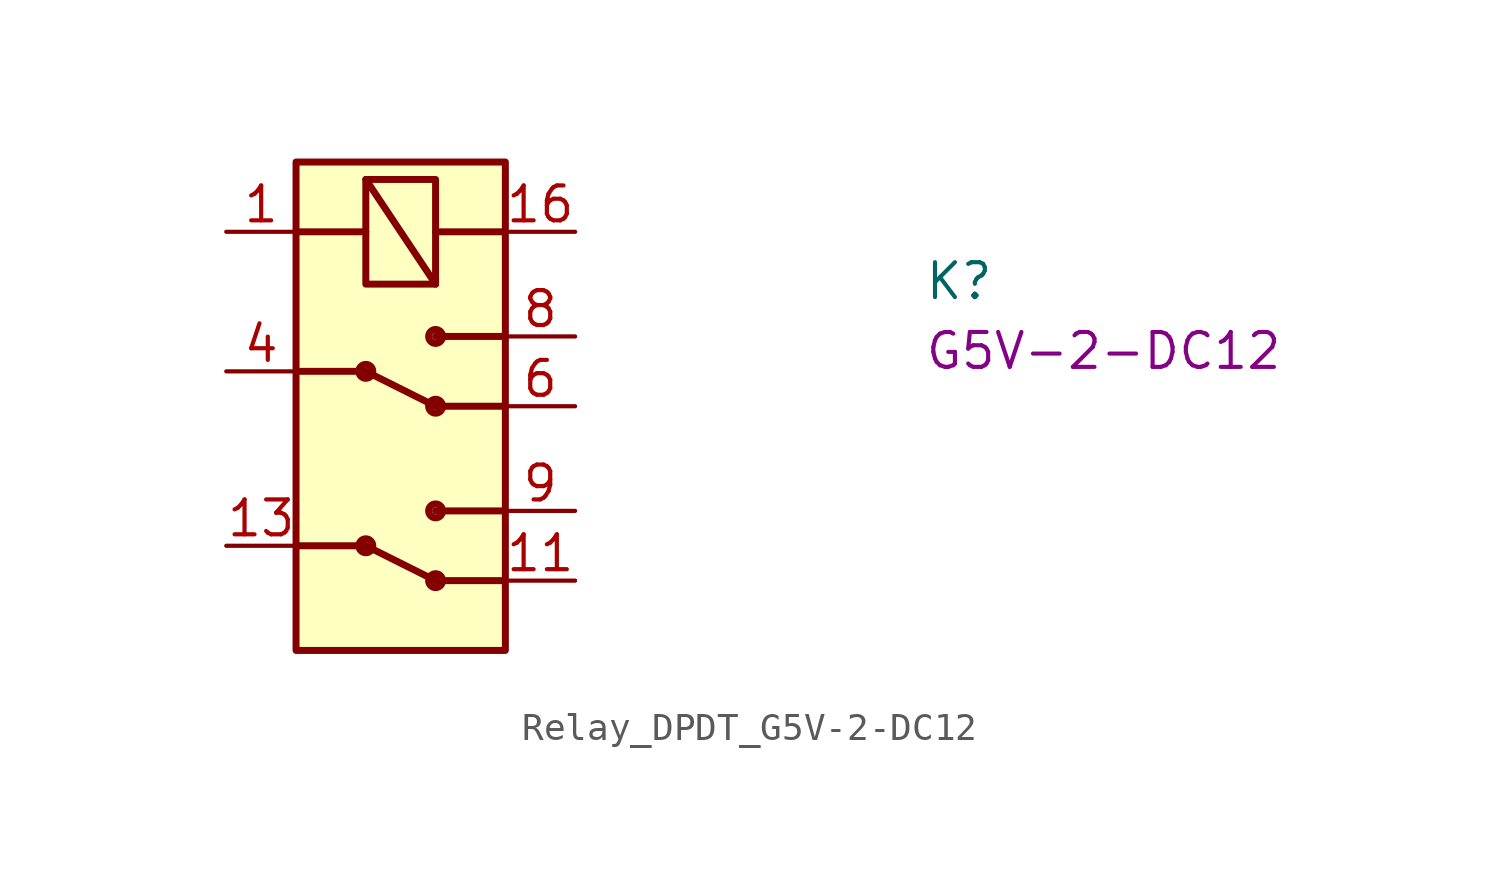
<source format=kicad_sym>
(kicad_symbol_lib
  (version 20220914)
  (generator kicad_symbol_editor)
  (symbol "Relay_DPDT_G5V-2-DC12"
    (pin_names hide)
    (property "Reference" "K"
      (at 25.4 -2.54 0)
      (effects (font (size 1.27 1.27) (thickness 0.15)) (justify left bottom)))
    (property "MPN" "G5V-2-DC12"
      (at 25.4 -5.08 0)
      (effects (font (size 1.27 1.27) (thickness 0.15)) (justify left bottom)))
    (symbol "Relay_DPDT_G5V-2-DC12_1_1"
      (polyline (pts (xy 2.54 -11.43) (xy 5.08 -11.43)) (stroke (width 0.254) (type default)) (fill (type background)))
      (polyline (pts (xy 2.54 -5.08) (xy 5.08 -5.08)) (stroke (width 0.254) (type default)) (fill (type background)))
      (polyline (pts (xy 2.54 0) (xy 5.08 0)) (stroke (width 0.254) (type default)) (fill (type background)))
      (polyline (pts (xy 5.08 -11.43) (xy 7.62 -12.7)) (stroke (width 0.254) (type default)) (fill (type background)))
      (polyline (pts (xy 5.08 -5.08) (xy 7.62 -6.35)) (stroke (width 0.254) (type default)) (fill (type background)))
      (polyline (pts (xy 5.08 1.905) (xy 7.62 -1.905)) (stroke (width 0.254) (type default)) (fill (type background)))
      (polyline (pts (xy 7.62 0) (xy 10.16 0)) (stroke (width 0.254) (type default)) (fill (type background)))
      (polyline (pts (xy 10.16 -12.7) (xy 7.62 -12.7)) (stroke (width 0.254) (type default)) (fill (type background)))
      (polyline (pts (xy 10.16 -10.16) (xy 7.62 -10.16)) (stroke (width 0.254) (type default)) (fill (type background)))
      (polyline (pts (xy 10.16 -6.35) (xy 7.62 -6.35)) (stroke (width 0.254) (type default)) (fill (type background)))
      (polyline (pts (xy 10.16 -3.81) (xy 7.62 -3.81)) (stroke (width 0.254) (type default)) (fill (type background)))
      (rectangle (start 2.54 2.54) (end 10.16 -15.24) (stroke (width 0.254) (type default)) (fill (type background)))
      (circle (center 5.08 -11.43) (radius 0.254) (stroke (width 0.254) (type default)) (fill (type background)))
      (circle (center 5.08 -5.08) (radius 0.254) (stroke (width 0.254) (type default)) (fill (type background)))
      (circle (center 7.62 -12.7) (radius 0.254) (stroke (width 0.254) (type default)) (fill (type background)))
      (circle (center 7.62 -10.16) (radius 0.254) (stroke (width 0.254) (type default)) (fill (type background)))
      (circle (center 7.62 -6.35) (radius 0.254) (stroke (width 0.254) (type default)) (fill (type background)))
      (circle (center 7.62 -3.81) (radius 0.254) (stroke (width 0.254) (type default)) (fill (type background)))
      (rectangle (start 7.62 1.905) (end 5.08 -1.905) (stroke (width 0.254) (type default)) (fill (type background)))
      (pin passive line (at 0 0 0) (length 2.54) (name "~" (effects (font (size 1.27 1.27)))) (number "1" (effects (font (size 1.27 1.27)))))
      (pin passive line (at 12.7 -12.7 180) (length 2.54) (name "NC2" (effects (font (size 1.27 1.27)))) (number "11" (effects (font (size 1.27 1.27)))))
      (pin passive line (at 0 -11.43 0) (length 2.54) (name "COM2" (effects (font (size 1.27 1.27)))) (number "13" (effects (font (size 1.27 1.27)))))
      (pin passive line (at 12.7 0 180) (length 2.54) (name "~" (effects (font (size 1.27 1.27)))) (number "16" (effects (font (size 1.27 1.27)))))
      (pin passive line (at 0 -5.08 0) (length 2.54) (name "COM1" (effects (font (size 1.27 1.27)))) (number "4" (effects (font (size 1.27 1.27)))))
      (pin passive line (at 12.7 -6.35 180) (length 2.54) (name "NC1" (effects (font (size 1.27 1.27)))) (number "6" (effects (font (size 1.27 1.27)))))
      (pin passive line (at 12.7 -3.81 180) (length 2.54) (name "NO1" (effects (font (size 1.27 1.27)))) (number "8" (effects (font (size 1.27 1.27)))))
      (pin passive line (at 12.7 -10.16 180) (length 2.54) (name "NO2" (effects (font (size 1.27 1.27)))) (number "9" (effects (font (size 1.27 1.27))))))))
</source>
